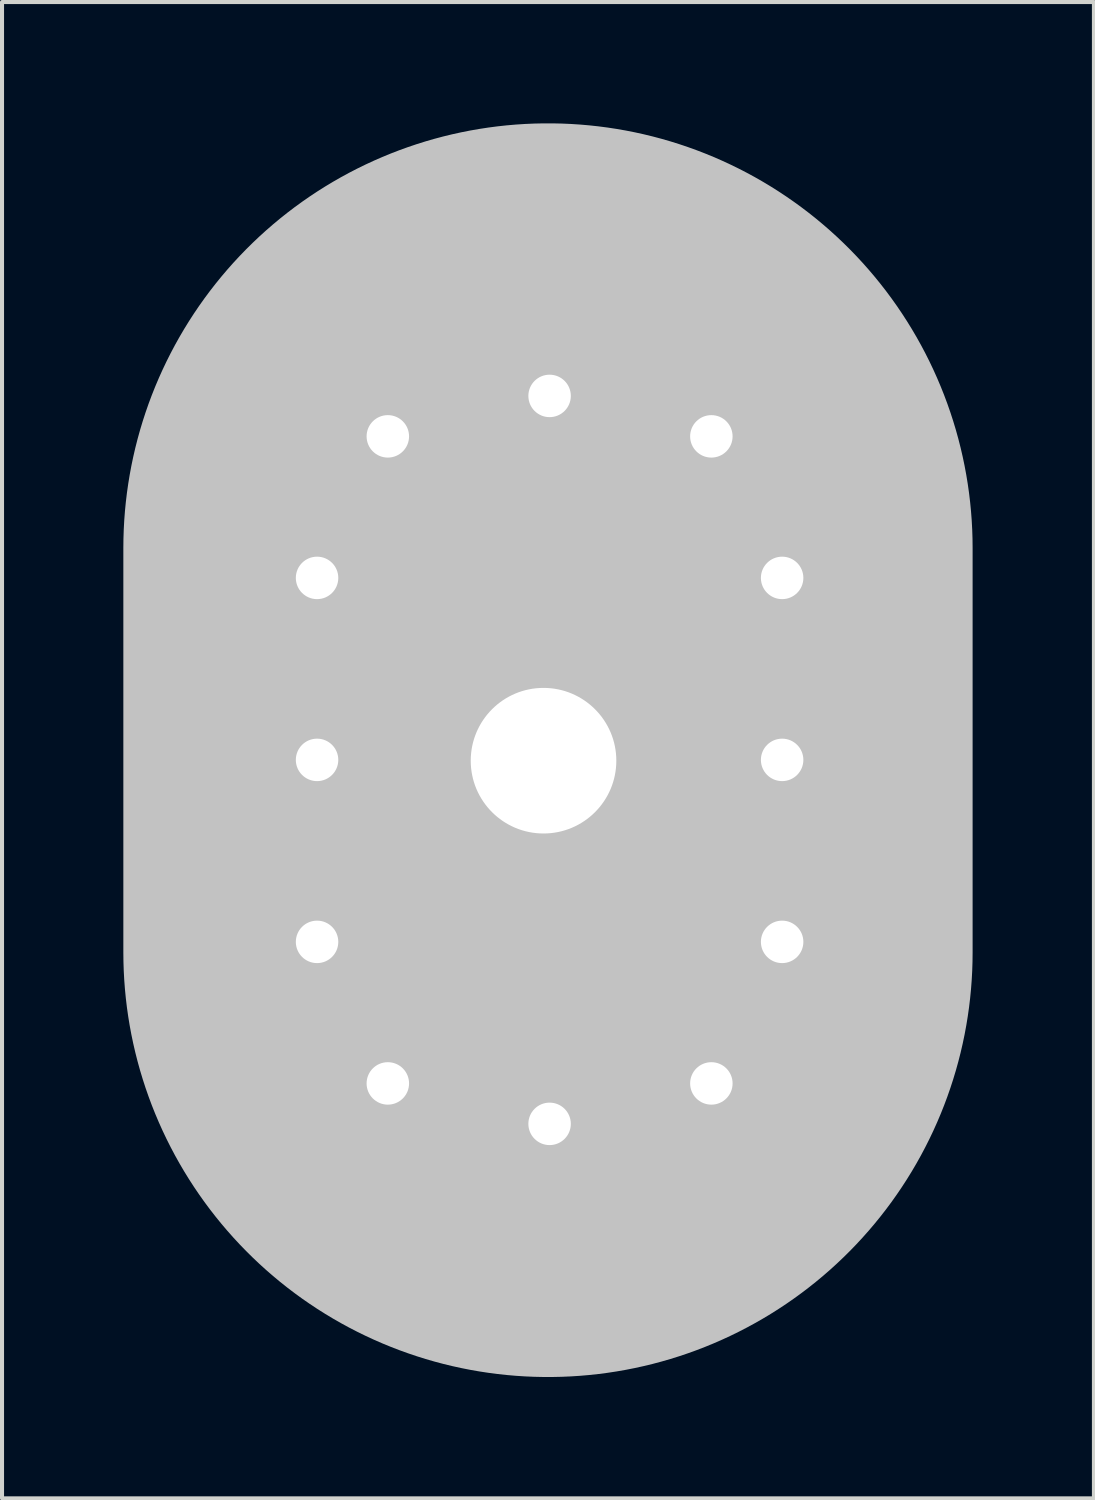
<source format=kicad_pcb>
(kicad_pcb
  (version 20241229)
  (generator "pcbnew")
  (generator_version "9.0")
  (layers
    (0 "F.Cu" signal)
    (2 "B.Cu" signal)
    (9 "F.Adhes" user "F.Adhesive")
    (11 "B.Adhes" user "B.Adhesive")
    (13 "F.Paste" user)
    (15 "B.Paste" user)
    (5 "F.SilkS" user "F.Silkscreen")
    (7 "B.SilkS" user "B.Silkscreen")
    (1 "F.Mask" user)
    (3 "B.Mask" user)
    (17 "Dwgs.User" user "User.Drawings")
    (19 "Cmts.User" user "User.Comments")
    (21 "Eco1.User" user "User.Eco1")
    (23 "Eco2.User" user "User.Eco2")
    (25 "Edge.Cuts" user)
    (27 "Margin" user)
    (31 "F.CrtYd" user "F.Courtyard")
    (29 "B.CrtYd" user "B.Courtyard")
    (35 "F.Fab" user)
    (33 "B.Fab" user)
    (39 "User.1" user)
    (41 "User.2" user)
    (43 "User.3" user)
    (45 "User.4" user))
  (footprint "IN12-NIXIE"
    (layer "F.Cu")
    (at 10.54 15.74)
    (property "Reference" "IN12-NIXIE" (at -0.01 -5.29 0) (unlocked yes) (layer "F.SilkS") (effects (font (size 1 1) (thickness 0.15))))
    (attr smd)
    (pad "" np_thru_hole circle (at -0.15 0.02) (size 4 4) (drill 3.6) (layers "*.Cu" "F.Mask"))
    (pad "" smd oval (at -0.04 -0.24) (size 21 31) (property pad_prop_fiducial_loc) (layers "Dwgs.User"))
    (pad "1" thru_hole circle (at -4 -8) (size 2.286 2.286) (drill 1.05) (layers "*.Cu" "*.Mask"))
    (pad "2" thru_hole circle (at -5.75 -4.5) (size 2.286 2.286) (drill 1.05) (layers "*.Cu" "*.Mask"))
    (pad "3" thru_hole circle (at -5.75 0) (size 2.286 2.286) (drill 1.05) (layers "*.Cu" "*.Mask"))
    (pad "4" thru_hole circle (at -5.75 4.5) (size 2.286 2.286) (drill 1.05) (layers "*.Cu" "*.Mask"))
    (pad "5" thru_hole circle (at -4 8) (size 2.286 2.286) (drill 1.05) (layers "*.Cu" "*.Mask"))
    (pad "6" thru_hole circle (at 0 9) (size 2.286 2.286) (drill 1.05) (layers "*.Cu" "*.Mask"))
    (pad "7" thru_hole circle (at 4 8) (size 2.286 2.286) (drill 1.05) (layers "*.Cu" "*.Mask"))
    (pad "8" thru_hole circle (at 5.75 4.5) (size 2.286 2.286) (drill 1.05) (layers "*.Cu" "*.Mask"))
    (pad "9" thru_hole circle (at 4 -8) (size 2.286 2.286) (drill 1.05) (layers "*.Cu" "*.Mask"))
    (pad "9" thru_hole circle (at 5.75 0) (size 2.286 2.286) (drill 1.05) (layers "*.Cu" "*.Mask"))
    (pad "10" thru_hole circle (at 5.75 -4.5) (size 2.286 2.286) (drill 1.05) (layers "*.Cu" "*.Mask"))
    (pad "12" thru_hole circle (at 0 -9) (size 2.286 2.286) (drill 1.05) (layers "*.Cu" "*.Mask")))
  (gr_rect
    (start -3 -3)
    (end 24 34)
    (stroke (width 0.1) (type default))
    (fill no)
    (layer "Edge.Cuts")))
</source>
